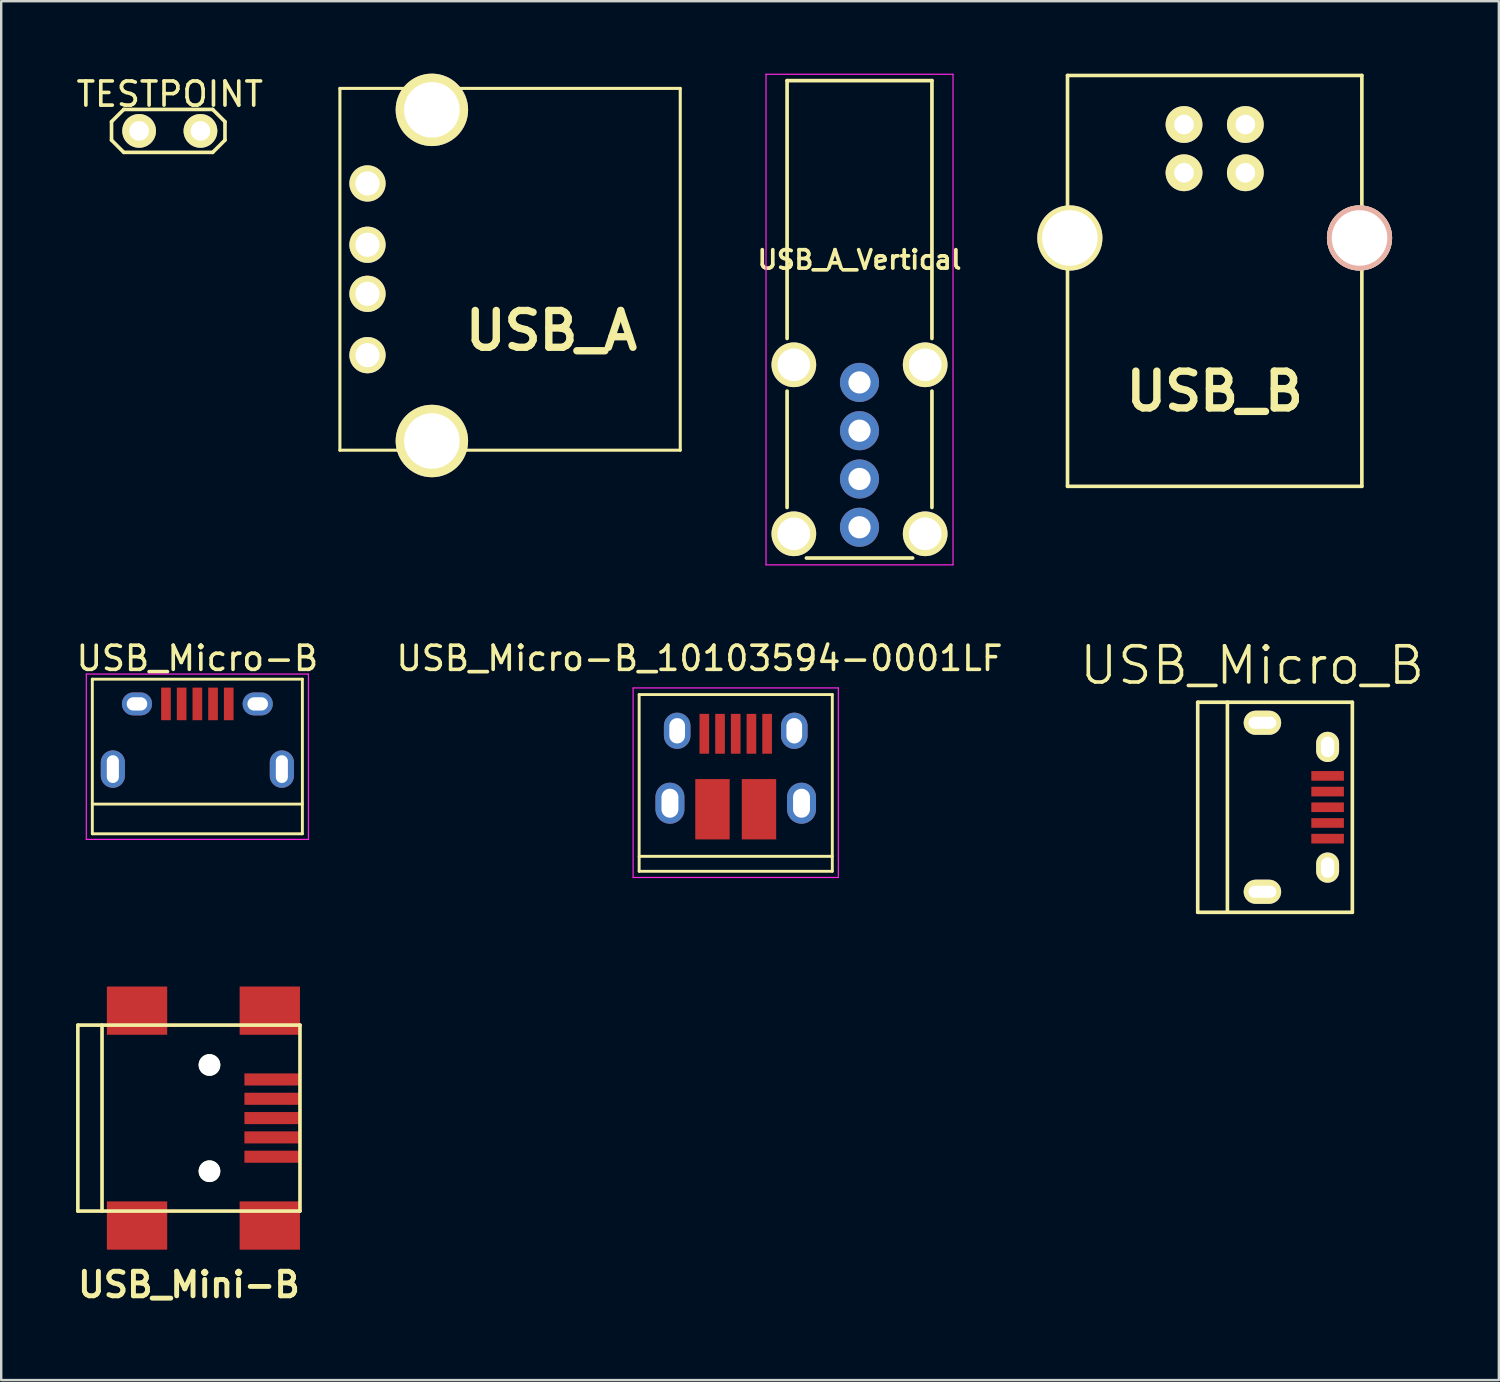
<source format=kicad_pcb>
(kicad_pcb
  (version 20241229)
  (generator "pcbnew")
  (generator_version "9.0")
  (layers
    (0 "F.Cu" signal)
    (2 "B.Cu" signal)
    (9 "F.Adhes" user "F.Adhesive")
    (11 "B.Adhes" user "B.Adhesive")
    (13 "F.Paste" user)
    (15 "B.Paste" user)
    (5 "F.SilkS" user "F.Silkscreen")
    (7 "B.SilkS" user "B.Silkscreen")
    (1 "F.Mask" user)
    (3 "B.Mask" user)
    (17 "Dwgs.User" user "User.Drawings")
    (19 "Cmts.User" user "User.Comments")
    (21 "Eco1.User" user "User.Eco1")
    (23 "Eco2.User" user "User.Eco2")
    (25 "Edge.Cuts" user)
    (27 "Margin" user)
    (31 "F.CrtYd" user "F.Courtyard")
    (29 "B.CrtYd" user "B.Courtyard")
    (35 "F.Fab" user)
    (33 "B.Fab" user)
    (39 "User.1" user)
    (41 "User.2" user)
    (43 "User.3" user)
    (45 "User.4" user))
  (footprint "USB_B"
    (layer "F.Cu")
    (at 47.261 6.806)
    (property "Reference" "USB_B" (at 0 6.35 0) (layer "F.SilkS") (effects (font (size 1.524 1.524) (thickness 0.305))))
    (attr through_hole)
    (fp_line (start -6.096 -6.731) (end -6.096 10.287) (stroke (width 0.15) (type solid)) (layer "F.SilkS"))
    (fp_line (start -6.096 10.287) (end 6.096 10.287) (stroke (width 0.15) (type solid)) (layer "F.SilkS"))
    (fp_line (start 6.096 -6.731) (end -6.096 -6.731) (stroke (width 0.15) (type solid)) (layer "F.SilkS"))
    (fp_line (start 6.096 10.287) (end 6.096 -6.731) (stroke (width 0.15) (type solid)) (layer "F.SilkS"))
    (pad "" np_thru_hole circle (at 5.999 0) (size 2.7 2.7) (drill 2.301) (layers "*.Cu" "*.SilkS" "*.Mask"))
    (pad "1" thru_hole circle (at 1.27 -4.699) (size 1.524 1.524) (drill 0.813) (layers "*.Cu" "*.Mask" "F.SilkS"))
    (pad "2" thru_hole circle (at -1.27 -4.699) (size 1.524 1.524) (drill 0.813) (layers "*.Cu" "*.Mask" "F.SilkS"))
    (pad "3" thru_hole circle (at -1.27 -2.7) (size 1.524 1.524) (drill 0.813) (layers "*.Cu" "*.Mask" "F.SilkS"))
    (pad "4" thru_hole circle (at 1.27 -2.7) (size 1.524 1.524) (drill 0.813) (layers "*.Cu" "*.Mask" "F.SilkS"))
    (pad "6" thru_hole circle (at -5.999 0) (size 2.7 2.7) (drill 2.301) (layers "*.Cu" "*.Mask" "F.SilkS")))
  (footprint "USB_Micro-B"
    (layer "F.Cu")
    (at 5.125 27.668)
    (property "Reference" "USB_Micro-B" (at 0 -3.45 0) (layer "F.SilkS") (effects (font (size 1 1) (thickness 0.15))))
    (attr smd)
    (fp_line (start -4.351 -2.588) (end 4.349 -2.588) (stroke (width 0.12) (type solid)) (layer "F.SilkS"))
    (fp_line (start -4.351 3.817) (end -4.351 -2.588) (stroke (width 0.12) (type solid)) (layer "F.SilkS"))
    (fp_line (start -4.351 3.817) (end 4.349 3.817) (stroke (width 0.12) (type solid)) (layer "F.SilkS"))
    (fp_line (start 4.349 -2.588) (end 4.349 3.817) (stroke (width 0.12) (type solid)) (layer "F.SilkS"))
    (fp_line (start 4.349 2.587) (end -4.351 2.587) (stroke (width 0.12) (type solid)) (layer "F.SilkS"))
    (fp_line (start -4.6 -2.8) (end 4.6 -2.8) (stroke (width 0.05) (type solid)) (layer "F.CrtYd"))
    (fp_line (start -4.6 4.05) (end -4.6 -2.8) (stroke (width 0.05) (type solid)) (layer "F.CrtYd"))
    (fp_line (start 4.6 -2.8) (end 4.6 4.05) (stroke (width 0.05) (type solid)) (layer "F.CrtYd"))
    (fp_line (start 4.6 4.05) (end -4.6 4.05) (stroke (width 0.05) (type solid)) (layer "F.CrtYd"))
    (pad "1" smd rect (at -1.301 -1.563 90) (size 1.35 0.4) (layers "F.Cu" "F.Mask" "F.Paste"))
    (pad "2" smd rect (at -0.651 -1.563 90) (size 1.35 0.4) (layers "F.Cu" "F.Mask" "F.Paste"))
    (pad "3" smd rect (at -0.001 -1.563 90) (size 1.35 0.4) (layers "F.Cu" "F.Mask" "F.Paste"))
    (pad "4" smd rect (at 0.649 -1.563 90) (size 1.35 0.4) (layers "F.Cu" "F.Mask" "F.Paste"))
    (pad "5" smd rect (at 1.299 -1.563 90) (size 1.35 0.4) (layers "F.Cu" "F.Mask" "F.Paste"))
    (pad "6" thru_hole oval (at -3.501 1.137 90) (size 1.55 1) (drill oval 1.15 0.5) (layers "*.Cu" "*.Mask"))
    (pad "6" thru_hole oval (at -2.501 -1.563 90) (size 0.95 1.25) (drill oval 0.55 0.85) (layers "*.Cu" "*.Mask"))
    (pad "6" thru_hole oval (at 2.499 -1.563 90) (size 0.95 1.25) (drill oval 0.55 0.85) (layers "*.Cu" "*.Mask"))
    (pad "6" thru_hole oval (at 3.499 1.137 90) (size 1.55 1) (drill oval 1.15 0.5) (layers "*.Cu" "*.Mask")))
  (footprint "USB_Micro_B"
    (layer "F.Cu")
    (at 51.938 29.086)
    (property "Reference" "USB_Micro_B" (at -3.125 -4.575 0) (layer "F.SilkS") (effects (font (size 1.5 1.5) (thickness 0.15))))
    (attr through_hole)
    (fp_line (start -5.38 -3.05) (end -5.38 5.65) (stroke (width 0.15) (type solid)) (layer "F.SilkS"))
    (fp_line (start -5.38 -3.05) (end 1.025 -3.05) (stroke (width 0.15) (type solid)) (layer "F.SilkS"))
    (fp_line (start -4.15 5.65) (end -4.15 -3.05) (stroke (width 0.15) (type solid)) (layer "F.SilkS"))
    (fp_line (start 1.025 -3.05) (end 1.025 5.65) (stroke (width 0.15) (type solid)) (layer "F.SilkS"))
    (fp_line (start 1.025 5.65) (end -5.38 5.65) (stroke (width 0.15) (type solid)) (layer "F.SilkS"))
    (pad "1" smd rect (at 0 0) (size 1.35 0.4) (layers "F.Cu" "F.Mask" "F.Paste"))
    (pad "2" smd rect (at 0 0.65) (size 1.35 0.4) (layers "F.Cu" "F.Mask" "F.Paste"))
    (pad "3" smd rect (at 0 1.3) (size 1.35 0.4) (layers "F.Cu" "F.Mask" "F.Paste"))
    (pad "4" smd rect (at 0 1.95) (size 1.35 0.4) (layers "F.Cu" "F.Mask" "F.Paste"))
    (pad "5" smd rect (at 0 2.6) (size 1.35 0.4) (layers "F.Cu" "F.Mask" "F.Paste"))
    (pad "6" thru_hole oval (at 0 -1.2) (size 0.95 1.25) (drill oval 0.55 0.85) (layers "*.Cu" "*.Mask" "F.SilkS"))
    (pad "7" thru_hole oval (at 0 3.8) (size 0.95 1.25) (drill oval 0.55 0.85) (layers "*.Cu" "*.Mask" "F.SilkS"))
    (pad "8" thru_hole oval (at -2.7 -2.2) (size 1.55 1) (drill oval 1.15 0.5) (layers "*.Cu" "*.Mask" "F.SilkS"))
    (pad "9" thru_hole oval (at -2.7 4.8) (size 1.55 1) (drill oval 1.15 0.5) (layers "*.Cu" "*.Mask" "F.SilkS")))
  (footprint "USB_Micro-B_10103594-0001LF"
    (layer "F.Cu")
    (at 27.423 28.843)
    (property "Reference" "USB_Micro-B_10103594-0001LF" (at -1.5 -4.625 0) (layer "F.SilkS") (effects (font (size 1 1) (thickness 0.15))))
    (attr smd)
    (fp_line (start -4 -3.125) (end 4 -3.125) (stroke (width 0.12) (type solid)) (layer "F.SilkS"))
    (fp_line (start -4 4.195) (end -4 -3.125) (stroke (width 0.12) (type solid)) (layer "F.SilkS"))
    (fp_line (start -4 4.195) (end 4 4.195) (stroke (width 0.12) (type solid)) (layer "F.SilkS"))
    (fp_line (start 4 -3.125) (end 4 4.195) (stroke (width 0.12) (type solid)) (layer "F.SilkS"))
    (fp_line (start 4 3.575) (end -4 3.575) (stroke (width 0.12) (type solid)) (layer "F.SilkS"))
    (fp_line (start -4.25 -3.4) (end 4.25 -3.4) (stroke (width 0.05) (type solid)) (layer "F.CrtYd"))
    (fp_line (start -4.25 4.45) (end -4.25 -3.4) (stroke (width 0.05) (type solid)) (layer "F.CrtYd"))
    (fp_line (start 4.25 -3.4) (end 4.25 4.45) (stroke (width 0.05) (type solid)) (layer "F.CrtYd"))
    (fp_line (start 4.25 4.45) (end -4.25 4.45) (stroke (width 0.05) (type solid)) (layer "F.CrtYd"))
    (pad "1" smd rect (at -1.3 -1.5 90) (size 1.65 0.4) (layers "F.Cu" "F.Mask" "F.Paste"))
    (pad "2" smd rect (at -0.65 -1.5 90) (size 1.65 0.4) (layers "F.Cu" "F.Mask" "F.Paste"))
    (pad "3" smd rect (at -0.001 -1.5 90) (size 1.65 0.4) (layers "F.Cu" "F.Mask" "F.Paste"))
    (pad "4" smd rect (at 0.65 -1.5 90) (size 1.65 0.4) (layers "F.Cu" "F.Mask" "F.Paste"))
    (pad "5" smd rect (at 1.3 -1.5 90) (size 1.65 0.4) (layers "F.Cu" "F.Mask" "F.Paste"))
    (pad "6" thru_hole oval (at -2.725 1.375 90) (size 1.7 1.2) (drill oval 1.2 0.7) (layers "*.Cu" "*.Mask"))
    (pad "6" thru_hole oval (at -2.425 -1.625 90) (size 1.5 1.1) (drill oval 1.05 0.65) (layers "*.Cu" "*.Mask"))
    (pad "6" smd rect (at -0.963 1.625 90) (size 2.5 1.425) (layers "F.Cu" "F.Mask" "F.Paste"))
    (pad "6" smd rect (at 0.963 1.625 90) (size 2.5 1.425) (layers "F.Cu" "F.Mask" "F.Paste"))
    (pad "6" thru_hole oval (at 2.425 -1.625 90) (size 1.5 1.1) (drill oval 1.05 0.65) (layers "*.Cu" "*.Mask"))
    (pad "6" thru_hole oval (at 2.725 1.375 90) (size 1.7 1.2) (drill oval 1.2 0.7) (layers "*.Cu" "*.Mask")))
  (footprint "USB_A"
    (layer "F.Cu")
    (at 12.171 8.104)
    (property "Reference" "USB_A" (at 7.62 2.54 0) (layer "F.SilkS") (effects (font (size 1.524 1.524) (thickness 0.305))))
    (attr through_hole)
    (fp_line (start -1.143 -7.493) (end -1.143 7.493) (stroke (width 0.127) (type solid)) (layer "F.SilkS"))
    (fp_line (start -1.143 -7.493) (end 12.954 -7.493) (stroke (width 0.127) (type solid)) (layer "F.SilkS"))
    (fp_line (start 12.954 -7.493) (end 12.954 7.493) (stroke (width 0.127) (type solid)) (layer "F.SilkS"))
    (fp_line (start 12.954 7.493) (end -1.143 7.493) (stroke (width 0.127) (type solid)) (layer "F.SilkS"))
    (pad "1" thru_hole circle (at 0 3.556) (size 1.501 1.501) (drill 1.001) (layers "*.Cu" "*.Mask" "F.SilkS"))
    (pad "2" thru_hole circle (at 0 1.016) (size 1.501 1.501) (drill 1.001) (layers "*.Cu" "*.Mask" "F.SilkS"))
    (pad "3" thru_hole circle (at 0 -1.016) (size 1.501 1.501) (drill 1.001) (layers "*.Cu" "*.Mask" "F.SilkS"))
    (pad "4" thru_hole circle (at 0 -3.556) (size 1.501 1.501) (drill 1.001) (layers "*.Cu" "*.Mask" "F.SilkS"))
    (pad "5" thru_hole circle (at 2.667 -6.604) (size 3 3) (drill 2.301) (layers "*.Cu" "*.Mask" "F.SilkS"))
    (pad "6" thru_hole circle (at 2.667 7.112) (size 3 3) (drill 2.301) (layers "*.Cu" "*.Mask" "F.SilkS")))
  (footprint "USB_A_Vertical"
    (layer "F.Cu")
    (at 32.55 12.789)
    (property "Reference" "USB_A_Vertical" (at 0 -5.08 0) (layer "F.SilkS") (effects (font (size 0.762 0.762) (thickness 0.152))))
    (attr smd)
    (fp_line (start -3 -12.5) (end 3 -12.5) (stroke (width 0.152) (type solid)) (layer "F.SilkS"))
    (fp_line (start -3 -1.82) (end -3 -12.5) (stroke (width 0.152) (type solid)) (layer "F.SilkS"))
    (fp_line (start -3 0.36) (end -3 5.18) (stroke (width 0.152) (type solid)) (layer "F.SilkS"))
    (fp_line (start 2.2 7.274) (end -2.2 7.274) (stroke (width 0.152) (type solid)) (layer "F.SilkS"))
    (fp_line (start 3 -1.82) (end 3 -12.5) (stroke (width 0.152) (type solid)) (layer "F.SilkS"))
    (fp_line (start 3 0.36) (end 3 5.18) (stroke (width 0.152) (type solid)) (layer "F.SilkS"))
    (fp_line (start -3.873 -12.764) (end 3.873 -12.764) (stroke (width 0.05) (type solid)) (layer "F.CrtYd"))
    (fp_line (start -3.873 7.556) (end -3.873 -12.764) (stroke (width 0.05) (type solid)) (layer "F.CrtYd"))
    (fp_line (start 3.873 -12.764) (end 3.873 7.556) (stroke (width 0.05) (type solid)) (layer "F.CrtYd"))
    (fp_line (start 3.873 7.556) (end -3.873 7.556) (stroke (width 0.05) (type solid)) (layer "F.CrtYd"))
    (pad "" np_thru_hole circle (at -2.72 -0.73) (size 1.85 1.85) (drill 1.35) (layers "*.Cu" "*.Mask" "F.SilkS"))
    (pad "" np_thru_hole circle (at -2.72 6.27) (size 1.85 1.85) (drill 1.35) (layers "*.Cu" "*.Mask" "F.SilkS"))
    (pad "" np_thru_hole circle (at 2.72 -0.73) (size 1.85 1.85) (drill 1.35) (layers "*.Cu" "*.Mask" "F.SilkS"))
    (pad "" np_thru_hole circle (at 2.72 6.27) (size 1.85 1.85) (drill 1.35) (layers "*.Cu" "*.Mask" "F.SilkS"))
    (pad "1" thru_hole circle (at 0 0) (size 1.62 1.62) (drill 0.92) (layers "*.Cu" "*.Mask"))
    (pad "2" thru_hole circle (at 0 2) (size 1.62 1.62) (drill 0.92) (layers "*.Cu" "*.Mask"))
    (pad "3" thru_hole circle (at 0 4) (size 1.62 1.62) (drill 0.92) (layers "*.Cu" "*.Mask"))
    (pad "4" thru_hole circle (at 0 6) (size 1.62 1.62) (drill 0.92) (layers "*.Cu" "*.Mask")))
  (footprint "USB_Mini-B"
    (layer "F.Cu")
    (at 4.775 43.26)
    (property "Reference" "USB_Mini-B" (at 0 6.901 0) (layer "F.SilkS") (effects (font (size 1.016 1.016) (thickness 0.203))))
    (attr through_hole)
    (fp_line (start -4.6 -3.851) (end -4.6 3.851) (stroke (width 0.15) (type solid)) (layer "F.SilkS"))
    (fp_line (start -4.6 3.851) (end 4.6 3.851) (stroke (width 0.15) (type solid)) (layer "F.SilkS"))
    (fp_line (start -3.599 -3.851) (end -3.599 3.851) (stroke (width 0.15) (type solid)) (layer "F.SilkS"))
    (fp_line (start 4.6 -3.851) (end -4.6 -3.851) (stroke (width 0.15) (type solid)) (layer "F.SilkS"))
    (fp_line (start 4.6 3.851) (end 4.6 -3.851) (stroke (width 0.15) (type solid)) (layer "F.SilkS"))
    (pad "" np_thru_hole circle (at 0.851 -2.2) (size 0.899 0.899) (drill 0.899) (layers "*.Cu" "*.Mask" "F.SilkS"))
    (pad "" np_thru_hole circle (at 0.851 2.2) (size 0.899 0.899) (drill 0.899) (layers "*.Cu" "*.Mask" "F.SilkS"))
    (pad "1" smd rect (at 3.449 -1.6) (size 2.301 0.5) (layers "F.Cu" "F.Mask" "F.Paste"))
    (pad "2" smd rect (at 3.449 -0.8) (size 2.301 0.5) (layers "F.Cu" "F.Mask" "F.Paste"))
    (pad "3" smd rect (at 3.449 0) (size 2.301 0.5) (layers "F.Cu" "F.Mask" "F.Paste"))
    (pad "4" smd rect (at 3.449 0.8) (size 2.301 0.5) (layers "F.Cu" "F.Mask" "F.Paste"))
    (pad "5" smd rect (at 3.449 1.6) (size 2.301 0.5) (layers "F.Cu" "F.Mask" "F.Paste"))
    (pad "6" smd rect (at 3.35 -4.45) (size 2.499 1.999) (layers "F.Cu" "F.Mask" "F.Paste"))
    (pad "7" smd rect (at -2.149 -4.45) (size 2.499 1.999) (layers "F.Cu" "F.Mask" "F.Paste"))
    (pad "8" smd rect (at 3.35 4.45) (size 2.499 1.999) (layers "F.Cu" "F.Mask" "F.Paste"))
    (pad "9" smd rect (at -2.149 4.45) (size 2.499 1.999) (layers "F.Cu" "F.Mask" "F.Paste")))
  (footprint "TESTPOINT"
    (layer "F.Cu")
    (at 3.982 2.372)
    (property "Reference" "TESTPOINT" (at 0 -1.524 0) (layer "F.SilkS") (effects (font (size 1 1) (thickness 0.15))))
    (attr through_hole)
    (fp_line (start -2.413 -0.381) (end -1.905 -0.889) (stroke (width 0.15) (type solid)) (layer "F.SilkS"))
    (fp_line (start -2.413 0.381) (end -2.413 -0.381) (stroke (width 0.15) (type solid)) (layer "F.SilkS"))
    (fp_line (start -1.905 -0.889) (end 1.778 -0.889) (stroke (width 0.15) (type solid)) (layer "F.SilkS"))
    (fp_line (start -1.905 0.889) (end -2.413 0.381) (stroke (width 0.15) (type solid)) (layer "F.SilkS"))
    (fp_line (start 1.778 -0.889) (end 2.286 -0.381) (stroke (width 0.15) (type solid)) (layer "F.SilkS"))
    (fp_line (start 1.778 0.889) (end -1.905 0.889) (stroke (width 0.15) (type solid)) (layer "F.SilkS"))
    (fp_line (start 2.286 -0.381) (end 2.286 0.381) (stroke (width 0.15) (type solid)) (layer "F.SilkS"))
    (fp_line (start 2.286 0.381) (end 1.778 0.889) (stroke (width 0.15) (type solid)) (layer "F.SilkS"))
    (pad "1" thru_hole circle (at -1.27 0) (size 1.397 1.397) (drill 0.813) (layers "*.Cu" "*.Mask" "F.SilkS"))
    (pad "1" thru_hole circle (at 1.27 0) (size 1.397 1.397) (drill 0.813) (layers "*.Cu" "*.Mask" "F.SilkS")))
  (gr_rect
    (start -3 -3)
    (end 59.031 54.112)
    (stroke (width 0.1) (type default))
    (fill no)
    (layer "Edge.Cuts")))
</source>
